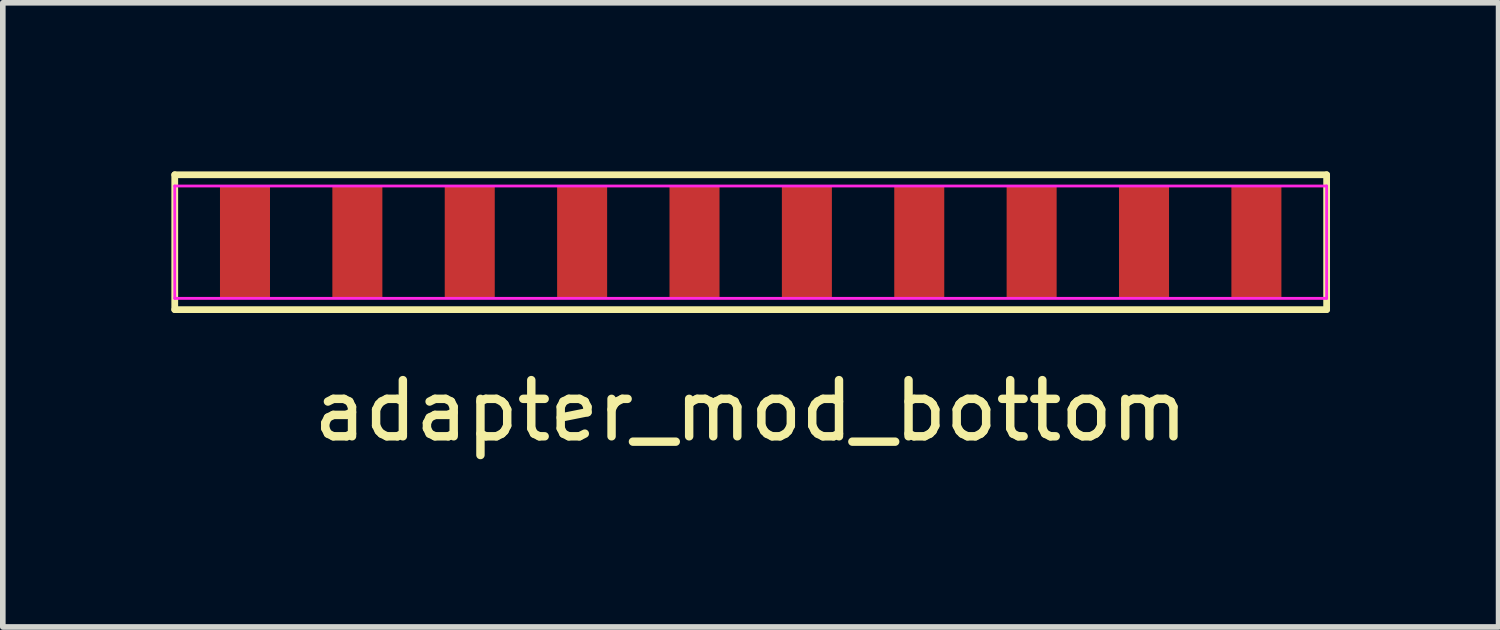
<source format=kicad_pcb>
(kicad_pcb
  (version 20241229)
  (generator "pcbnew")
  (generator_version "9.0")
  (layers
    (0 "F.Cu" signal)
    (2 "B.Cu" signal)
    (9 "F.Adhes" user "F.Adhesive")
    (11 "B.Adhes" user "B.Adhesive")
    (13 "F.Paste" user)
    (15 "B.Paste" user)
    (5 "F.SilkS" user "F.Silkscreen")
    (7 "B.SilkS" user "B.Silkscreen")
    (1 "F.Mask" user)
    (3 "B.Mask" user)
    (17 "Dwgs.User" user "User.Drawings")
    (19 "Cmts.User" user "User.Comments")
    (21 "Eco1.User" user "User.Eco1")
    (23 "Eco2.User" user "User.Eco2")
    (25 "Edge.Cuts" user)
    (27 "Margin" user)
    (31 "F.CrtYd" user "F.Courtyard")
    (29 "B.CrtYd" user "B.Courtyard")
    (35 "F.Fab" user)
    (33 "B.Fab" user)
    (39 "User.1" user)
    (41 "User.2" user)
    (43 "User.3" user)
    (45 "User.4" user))
  (footprint "adapter_mod_bottom"
    (layer "F.Cu")
    (at 10.31 1.26)
    (property "Reference" "adapter_mod_bottom" (at 0 3 0) (layer "F.SilkS") (effects (font (size 1 1) (thickness 0.15))))
    (attr smd)
    (fp_line (start -10.25 -1.2) (end -10.25 1.2) (stroke (width 0.12) (type solid)) (layer "F.SilkS"))
    (fp_line (start -10.25 1.2) (end 10.25 1.2) (stroke (width 0.12) (type solid)) (layer "F.SilkS"))
    (fp_line (start 10.25 -1.2) (end -10.25 -1.2) (stroke (width 0.12) (type solid)) (layer "F.SilkS"))
    (fp_line (start 10.25 1.2) (end 10.25 -1.2) (stroke (width 0.12) (type solid)) (layer "F.SilkS"))
    (fp_line (start -10.25 -1) (end -10.25 1) (stroke (width 0.05) (type solid)) (layer "F.CrtYd"))
    (fp_line (start -10.25 1) (end 10.25 1) (stroke (width 0.05) (type solid)) (layer "F.CrtYd"))
    (fp_line (start 10.25 -1) (end -10.25 -1) (stroke (width 0.05) (type solid)) (layer "F.CrtYd"))
    (fp_line (start 10.25 1) (end 10.25 -1) (stroke (width 0.05) (type solid)) (layer "F.CrtYd"))
    (pad "1" smd rect (at -9 0) (size 0.89 2) (layers "F.Cu" "F.Mask" "F.Paste"))
    (pad "2" smd rect (at -7 0) (size 0.89 2) (layers "F.Cu" "F.Mask" "F.Paste"))
    (pad "3" smd rect (at -5 0) (size 0.89 2) (layers "F.Cu" "F.Mask" "F.Paste"))
    (pad "4" smd rect (at -3 0) (size 0.89 2) (layers "F.Cu" "F.Mask" "F.Paste"))
    (pad "5" smd rect (at -1 0) (size 0.89 2) (layers "F.Cu" "F.Mask" "F.Paste"))
    (pad "6" smd rect (at 1 0) (size 0.89 2) (layers "F.Cu" "F.Mask" "F.Paste"))
    (pad "7" smd rect (at 3 0) (size 0.89 2) (layers "F.Cu" "F.Mask" "F.Paste"))
    (pad "8" smd rect (at 5 0) (size 0.89 2) (layers "F.Cu" "F.Mask" "F.Paste"))
    (pad "9" smd rect (at 7 0) (size 0.89 2) (layers "F.Cu" "F.Mask" "F.Paste"))
    (pad "10" smd rect (at 9 0) (size 0.89 2) (layers "F.Cu" "F.Mask" "F.Paste")))
  (gr_rect
    (start -3 -3)
    (end 23.62 8.108)
    (stroke (width 0.1) (type default))
    (fill no)
    (layer "Edge.Cuts")))
</source>
